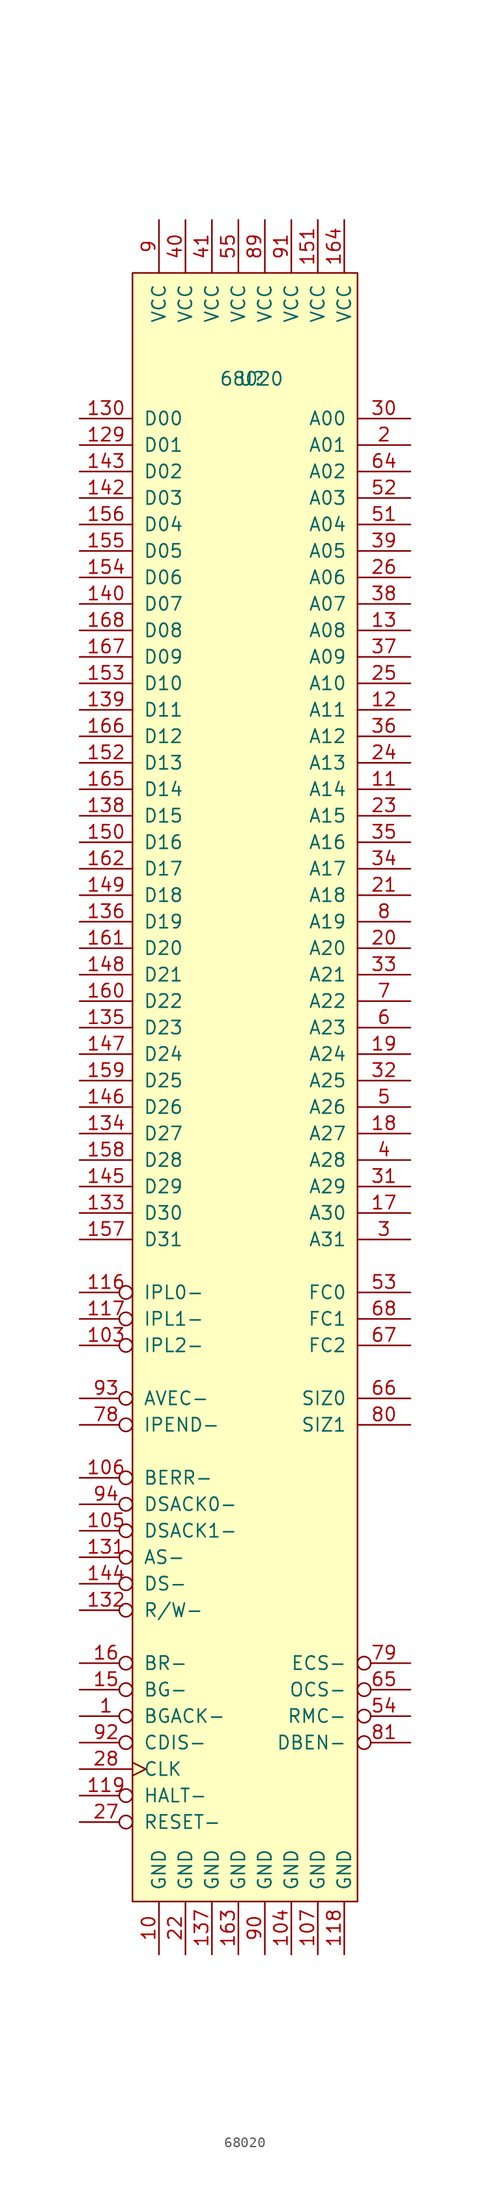
<source format=kicad_sym>
(kicad_symbol_lib
  (version 20231120)
  (generator "kicad_symbol_editor")
  (generator_version "8.0")
  (symbol "68020"
    (pin_names
      (offset 1.016))
    (property "Reference" "U"
      (at 0 0 0)
      (effects (font (size 1.27 1.27))))
    (property "Value" "68020"
      (at 0 0 0)
      (effects (font (size 1.27 1.27))))
    (symbol "68020_0_1"
      (rectangle (start 10.16 -146.05) (end -11.43 10.16) (stroke (width 0) (type solid)) (fill (type background))))
    (symbol "68020_1_1"
      (pin input inverted (at -16.51 -128.27 0) (length 5.08) (name "BGACK-" (effects (font (size 1.27 1.27)))) (number "1" (effects (font (size 1.27 1.27)))))
      (pin power_in line (at -8.89 -151.13 90) (length 5.08) (name "GND" (effects (font (size 1.27 1.27)))) (number "10" (effects (font (size 1.27 1.27)))))
      (pin input inverted (at -16.51 -92.71 0) (length 5.08) (name "IPL2-" (effects (font (size 1.27 1.27)))) (number "103" (effects (font (size 1.27 1.27)))))
      (pin power_in line (at 3.81 -151.13 90) (length 5.08) (name "GND" (effects (font (size 1.27 1.27)))) (number "104" (effects (font (size 1.27 1.27)))))
      (pin input inverted (at -16.51 -110.49 0) (length 5.08) (name "DSACK1-" (effects (font (size 1.27 1.27)))) (number "105" (effects (font (size 1.27 1.27)))))
      (pin input inverted (at -16.51 -105.41 0) (length 5.08) (name "BERR-" (effects (font (size 1.27 1.27)))) (number "106" (effects (font (size 1.27 1.27)))))
      (pin power_in line (at 6.35 -151.13 90) (length 5.08) (name "GND" (effects (font (size 1.27 1.27)))) (number "107" (effects (font (size 1.27 1.27)))))
      (pin output line (at 15.24 -39.37 180) (length 5.08) (name "A14" (effects (font (size 1.27 1.27)))) (number "11" (effects (font (size 1.27 1.27)))))
      (pin input inverted (at -16.51 -87.63 0) (length 5.08) (name "IPL0-" (effects (font (size 1.27 1.27)))) (number "116" (effects (font (size 1.27 1.27)))))
      (pin input inverted (at -16.51 -90.17 0) (length 5.08) (name "IPL1-" (effects (font (size 1.27 1.27)))) (number "117" (effects (font (size 1.27 1.27)))))
      (pin power_in line (at 8.89 -151.13 90) (length 5.08) (name "GND" (effects (font (size 1.27 1.27)))) (number "118" (effects (font (size 1.27 1.27)))))
      (pin bidirectional inverted (at -16.51 -135.89 0) (length 5.08) (name "HALT-" (effects (font (size 1.27 1.27)))) (number "119" (effects (font (size 1.27 1.27)))))
      (pin output line (at 15.24 -31.75 180) (length 5.08) (name "A11" (effects (font (size 1.27 1.27)))) (number "12" (effects (font (size 1.27 1.27)))))
      (pin bidirectional line (at -16.51 -6.35 0) (length 5.08) (name "D01" (effects (font (size 1.27 1.27)))) (number "129" (effects (font (size 1.27 1.27)))))
      (pin output line (at 15.24 -24.13 180) (length 5.08) (name "A08" (effects (font (size 1.27 1.27)))) (number "13" (effects (font (size 1.27 1.27)))))
      (pin bidirectional line (at -16.51 -3.81 0) (length 5.08) (name "D00" (effects (font (size 1.27 1.27)))) (number "130" (effects (font (size 1.27 1.27)))))
      (pin output inverted (at -16.51 -113.03 0) (length 5.08) (name "AS-" (effects (font (size 1.27 1.27)))) (number "131" (effects (font (size 1.27 1.27)))))
      (pin output inverted (at -16.51 -118.11 0) (length 5.08) (name "R/W-" (effects (font (size 1.27 1.27)))) (number "132" (effects (font (size 1.27 1.27)))))
      (pin bidirectional line (at -16.51 -80.01 0) (length 5.08) (name "D30" (effects (font (size 1.27 1.27)))) (number "133" (effects (font (size 1.27 1.27)))))
      (pin bidirectional line (at -16.51 -72.39 0) (length 5.08) (name "D27" (effects (font (size 1.27 1.27)))) (number "134" (effects (font (size 1.27 1.27)))))
      (pin bidirectional line (at -16.51 -62.23 0) (length 5.08) (name "D23" (effects (font (size 1.27 1.27)))) (number "135" (effects (font (size 1.27 1.27)))))
      (pin bidirectional line (at -16.51 -52.07 0) (length 5.08) (name "D19" (effects (font (size 1.27 1.27)))) (number "136" (effects (font (size 1.27 1.27)))))
      (pin power_in line (at -3.81 -151.13 90) (length 5.08) (name "GND" (effects (font (size 1.27 1.27)))) (number "137" (effects (font (size 1.27 1.27)))))
      (pin bidirectional line (at -16.51 -41.91 0) (length 5.08) (name "D15" (effects (font (size 1.27 1.27)))) (number "138" (effects (font (size 1.27 1.27)))))
      (pin bidirectional line (at -16.51 -31.75 0) (length 5.08) (name "D11" (effects (font (size 1.27 1.27)))) (number "139" (effects (font (size 1.27 1.27)))))
      (pin bidirectional line (at -16.51 -21.59 0) (length 5.08) (name "D07" (effects (font (size 1.27 1.27)))) (number "140" (effects (font (size 1.27 1.27)))))
      (pin bidirectional line (at -16.51 -11.43 0) (length 5.08) (name "D03" (effects (font (size 1.27 1.27)))) (number "142" (effects (font (size 1.27 1.27)))))
      (pin bidirectional line (at -16.51 -8.89 0) (length 5.08) (name "D02" (effects (font (size 1.27 1.27)))) (number "143" (effects (font (size 1.27 1.27)))))
      (pin output inverted (at -16.51 -115.57 0) (length 5.08) (name "DS-" (effects (font (size 1.27 1.27)))) (number "144" (effects (font (size 1.27 1.27)))))
      (pin bidirectional line (at -16.51 -77.47 0) (length 5.08) (name "D29" (effects (font (size 1.27 1.27)))) (number "145" (effects (font (size 1.27 1.27)))))
      (pin bidirectional line (at -16.51 -69.85 0) (length 5.08) (name "D26" (effects (font (size 1.27 1.27)))) (number "146" (effects (font (size 1.27 1.27)))))
      (pin bidirectional line (at -16.51 -64.77 0) (length 5.08) (name "D24" (effects (font (size 1.27 1.27)))) (number "147" (effects (font (size 1.27 1.27)))))
      (pin bidirectional line (at -16.51 -57.15 0) (length 5.08) (name "D21" (effects (font (size 1.27 1.27)))) (number "148" (effects (font (size 1.27 1.27)))))
      (pin bidirectional line (at -16.51 -49.53 0) (length 5.08) (name "D18" (effects (font (size 1.27 1.27)))) (number "149" (effects (font (size 1.27 1.27)))))
      (pin output inverted (at -16.51 -125.73 0) (length 5.08) (name "BG-" (effects (font (size 1.27 1.27)))) (number "15" (effects (font (size 1.27 1.27)))))
      (pin bidirectional line (at -16.51 -44.45 0) (length 5.08) (name "D16" (effects (font (size 1.27 1.27)))) (number "150" (effects (font (size 1.27 1.27)))))
      (pin power_in line (at 6.35 15.24 270) (length 5.08) (name "VCC" (effects (font (size 1.27 1.27)))) (number "151" (effects (font (size 1.27 1.27)))))
      (pin bidirectional line (at -16.51 -36.83 0) (length 5.08) (name "D13" (effects (font (size 1.27 1.27)))) (number "152" (effects (font (size 1.27 1.27)))))
      (pin bidirectional line (at -16.51 -29.21 0) (length 5.08) (name "D10" (effects (font (size 1.27 1.27)))) (number "153" (effects (font (size 1.27 1.27)))))
      (pin bidirectional line (at -16.51 -19.05 0) (length 5.08) (name "D06" (effects (font (size 1.27 1.27)))) (number "154" (effects (font (size 1.27 1.27)))))
      (pin bidirectional line (at -16.51 -16.51 0) (length 5.08) (name "D05" (effects (font (size 1.27 1.27)))) (number "155" (effects (font (size 1.27 1.27)))))
      (pin bidirectional line (at -16.51 -13.97 0) (length 5.08) (name "D04" (effects (font (size 1.27 1.27)))) (number "156" (effects (font (size 1.27 1.27)))))
      (pin bidirectional line (at -16.51 -82.55 0) (length 5.08) (name "D31" (effects (font (size 1.27 1.27)))) (number "157" (effects (font (size 1.27 1.27)))))
      (pin bidirectional line (at -16.51 -74.93 0) (length 5.08) (name "D28" (effects (font (size 1.27 1.27)))) (number "158" (effects (font (size 1.27 1.27)))))
      (pin bidirectional line (at -16.51 -67.31 0) (length 5.08) (name "D25" (effects (font (size 1.27 1.27)))) (number "159" (effects (font (size 1.27 1.27)))))
      (pin input inverted (at -16.51 -123.19 0) (length 5.08) (name "BR-" (effects (font (size 1.27 1.27)))) (number "16" (effects (font (size 1.27 1.27)))))
      (pin bidirectional line (at -16.51 -59.69 0) (length 5.08) (name "D22" (effects (font (size 1.27 1.27)))) (number "160" (effects (font (size 1.27 1.27)))))
      (pin bidirectional line (at -16.51 -54.61 0) (length 5.08) (name "D20" (effects (font (size 1.27 1.27)))) (number "161" (effects (font (size 1.27 1.27)))))
      (pin bidirectional line (at -16.51 -46.99 0) (length 5.08) (name "D17" (effects (font (size 1.27 1.27)))) (number "162" (effects (font (size 1.27 1.27)))))
      (pin power_in line (at -1.27 -151.13 90) (length 5.08) (name "GND" (effects (font (size 1.27 1.27)))) (number "163" (effects (font (size 1.27 1.27)))))
      (pin power_in line (at 8.89 15.24 270) (length 5.08) (name "VCC" (effects (font (size 1.27 1.27)))) (number "164" (effects (font (size 1.27 1.27)))))
      (pin bidirectional line (at -16.51 -39.37 0) (length 5.08) (name "D14" (effects (font (size 1.27 1.27)))) (number "165" (effects (font (size 1.27 1.27)))))
      (pin bidirectional line (at -16.51 -34.29 0) (length 5.08) (name "D12" (effects (font (size 1.27 1.27)))) (number "166" (effects (font (size 1.27 1.27)))))
      (pin bidirectional line (at -16.51 -26.67 0) (length 5.08) (name "D09" (effects (font (size 1.27 1.27)))) (number "167" (effects (font (size 1.27 1.27)))))
      (pin bidirectional line (at -16.51 -24.13 0) (length 5.08) (name "D08" (effects (font (size 1.27 1.27)))) (number "168" (effects (font (size 1.27 1.27)))))
      (pin output line (at 15.24 -80.01 180) (length 5.08) (name "A30" (effects (font (size 1.27 1.27)))) (number "17" (effects (font (size 1.27 1.27)))))
      (pin output line (at 15.24 -72.39 180) (length 5.08) (name "A27" (effects (font (size 1.27 1.27)))) (number "18" (effects (font (size 1.27 1.27)))))
      (pin output line (at 15.24 -64.77 180) (length 5.08) (name "A24" (effects (font (size 1.27 1.27)))) (number "19" (effects (font (size 1.27 1.27)))))
      (pin output line (at 15.24 -6.35 180) (length 5.08) (name "A01" (effects (font (size 1.27 1.27)))) (number "2" (effects (font (size 1.27 1.27)))))
      (pin output line (at 15.24 -54.61 180) (length 5.08) (name "A20" (effects (font (size 1.27 1.27)))) (number "20" (effects (font (size 1.27 1.27)))))
      (pin output line (at 15.24 -49.53 180) (length 5.08) (name "A18" (effects (font (size 1.27 1.27)))) (number "21" (effects (font (size 1.27 1.27)))))
      (pin power_in line (at -6.35 -151.13 90) (length 5.08) (name "GND" (effects (font (size 1.27 1.27)))) (number "22" (effects (font (size 1.27 1.27)))))
      (pin output line (at 15.24 -41.91 180) (length 5.08) (name "A15" (effects (font (size 1.27 1.27)))) (number "23" (effects (font (size 1.27 1.27)))))
      (pin output line (at 15.24 -36.83 180) (length 5.08) (name "A13" (effects (font (size 1.27 1.27)))) (number "24" (effects (font (size 1.27 1.27)))))
      (pin output line (at 15.24 -29.21 180) (length 5.08) (name "A10" (effects (font (size 1.27 1.27)))) (number "25" (effects (font (size 1.27 1.27)))))
      (pin output line (at 15.24 -19.05 180) (length 5.08) (name "A06" (effects (font (size 1.27 1.27)))) (number "26" (effects (font (size 1.27 1.27)))))
      (pin bidirectional inverted (at -16.51 -138.43 0) (length 5.08) (name "RESET-" (effects (font (size 1.27 1.27)))) (number "27" (effects (font (size 1.27 1.27)))))
      (pin input clock (at -16.51 -133.35 0) (length 5.08) (name "CLK" (effects (font (size 1.27 1.27)))) (number "28" (effects (font (size 1.27 1.27)))))
      (pin output line (at 15.24 -82.55 180) (length 5.08) (name "A31" (effects (font (size 1.27 1.27)))) (number "3" (effects (font (size 1.27 1.27)))))
      (pin output line (at 15.24 -3.81 180) (length 5.08) (name "A00" (effects (font (size 1.27 1.27)))) (number "30" (effects (font (size 1.27 1.27)))))
      (pin output line (at 15.24 -77.47 180) (length 5.08) (name "A29" (effects (font (size 1.27 1.27)))) (number "31" (effects (font (size 1.27 1.27)))))
      (pin output line (at 15.24 -67.31 180) (length 5.08) (name "A25" (effects (font (size 1.27 1.27)))) (number "32" (effects (font (size 1.27 1.27)))))
      (pin output line (at 15.24 -57.15 180) (length 5.08) (name "A21" (effects (font (size 1.27 1.27)))) (number "33" (effects (font (size 1.27 1.27)))))
      (pin output line (at 15.24 -46.99 180) (length 5.08) (name "A17" (effects (font (size 1.27 1.27)))) (number "34" (effects (font (size 1.27 1.27)))))
      (pin output line (at 15.24 -44.45 180) (length 5.08) (name "A16" (effects (font (size 1.27 1.27)))) (number "35" (effects (font (size 1.27 1.27)))))
      (pin output line (at 15.24 -34.29 180) (length 5.08) (name "A12" (effects (font (size 1.27 1.27)))) (number "36" (effects (font (size 1.27 1.27)))))
      (pin output line (at 15.24 -26.67 180) (length 5.08) (name "A09" (effects (font (size 1.27 1.27)))) (number "37" (effects (font (size 1.27 1.27)))))
      (pin output line (at 15.24 -21.59 180) (length 5.08) (name "A07" (effects (font (size 1.27 1.27)))) (number "38" (effects (font (size 1.27 1.27)))))
      (pin output line (at 15.24 -16.51 180) (length 5.08) (name "A05" (effects (font (size 1.27 1.27)))) (number "39" (effects (font (size 1.27 1.27)))))
      (pin output line (at 15.24 -74.93 180) (length 5.08) (name "A28" (effects (font (size 1.27 1.27)))) (number "4" (effects (font (size 1.27 1.27)))))
      (pin power_in line (at -6.35 15.24 270) (length 5.08) (name "VCC" (effects (font (size 1.27 1.27)))) (number "40" (effects (font (size 1.27 1.27)))))
      (pin power_in line (at -3.81 15.24 270) (length 5.08) (name "VCC" (effects (font (size 1.27 1.27)))) (number "41" (effects (font (size 1.27 1.27)))))
      (pin output line (at 15.24 -69.85 180) (length 5.08) (name "A26" (effects (font (size 1.27 1.27)))) (number "5" (effects (font (size 1.27 1.27)))))
      (pin output line (at 15.24 -13.97 180) (length 5.08) (name "A04" (effects (font (size 1.27 1.27)))) (number "51" (effects (font (size 1.27 1.27)))))
      (pin output line (at 15.24 -11.43 180) (length 5.08) (name "A03" (effects (font (size 1.27 1.27)))) (number "52" (effects (font (size 1.27 1.27)))))
      (pin output line (at 15.24 -87.63 180) (length 5.08) (name "FC0" (effects (font (size 1.27 1.27)))) (number "53" (effects (font (size 1.27 1.27)))))
      (pin output inverted (at 15.24 -128.27 180) (length 5.08) (name "RMC-" (effects (font (size 1.27 1.27)))) (number "54" (effects (font (size 1.27 1.27)))))
      (pin power_in line (at -1.27 15.24 270) (length 5.08) (name "VCC" (effects (font (size 1.27 1.27)))) (number "55" (effects (font (size 1.27 1.27)))))
      (pin output line (at 15.24 -62.23 180) (length 5.08) (name "A23" (effects (font (size 1.27 1.27)))) (number "6" (effects (font (size 1.27 1.27)))))
      (pin output line (at 15.24 -8.89 180) (length 5.08) (name "A02" (effects (font (size 1.27 1.27)))) (number "64" (effects (font (size 1.27 1.27)))))
      (pin output inverted (at 15.24 -125.73 180) (length 5.08) (name "OCS-" (effects (font (size 1.27 1.27)))) (number "65" (effects (font (size 1.27 1.27)))))
      (pin output line (at 15.24 -97.79 180) (length 5.08) (name "SIZ0" (effects (font (size 1.27 1.27)))) (number "66" (effects (font (size 1.27 1.27)))))
      (pin output line (at 15.24 -92.71 180) (length 5.08) (name "FC2" (effects (font (size 1.27 1.27)))) (number "67" (effects (font (size 1.27 1.27)))))
      (pin output line (at 15.24 -90.17 180) (length 5.08) (name "FC1" (effects (font (size 1.27 1.27)))) (number "68" (effects (font (size 1.27 1.27)))))
      (pin output line (at 15.24 -59.69 180) (length 5.08) (name "A22" (effects (font (size 1.27 1.27)))) (number "7" (effects (font (size 1.27 1.27)))))
      (pin output inverted (at -16.51 -100.33 0) (length 5.08) (name "IPEND-" (effects (font (size 1.27 1.27)))) (number "78" (effects (font (size 1.27 1.27)))))
      (pin output inverted (at 15.24 -123.19 180) (length 5.08) (name "ECS-" (effects (font (size 1.27 1.27)))) (number "79" (effects (font (size 1.27 1.27)))))
      (pin output line (at 15.24 -52.07 180) (length 5.08) (name "A19" (effects (font (size 1.27 1.27)))) (number "8" (effects (font (size 1.27 1.27)))))
      (pin output line (at 15.24 -100.33 180) (length 5.08) (name "SIZ1" (effects (font (size 1.27 1.27)))) (number "80" (effects (font (size 1.27 1.27)))))
      (pin output inverted (at 15.24 -130.81 180) (length 5.08) (name "DBEN-" (effects (font (size 1.27 1.27)))) (number "81" (effects (font (size 1.27 1.27)))))
      (pin power_in line (at 1.27 15.24 270) (length 5.08) (name "VCC" (effects (font (size 1.27 1.27)))) (number "89" (effects (font (size 1.27 1.27)))))
      (pin power_in line (at -8.89 15.24 270) (length 5.08) (name "VCC" (effects (font (size 1.27 1.27)))) (number "9" (effects (font (size 1.27 1.27)))))
      (pin power_in line (at 1.27 -151.13 90) (length 5.08) (name "GND" (effects (font (size 1.27 1.27)))) (number "90" (effects (font (size 1.27 1.27)))))
      (pin power_in line (at 3.81 15.24 270) (length 5.08) (name "VCC" (effects (font (size 1.27 1.27)))) (number "91" (effects (font (size 1.27 1.27)))))
      (pin input inverted (at -16.51 -130.81 0) (length 5.08) (name "CDIS-" (effects (font (size 1.27 1.27)))) (number "92" (effects (font (size 1.27 1.27)))))
      (pin input inverted (at -16.51 -97.79 0) (length 5.08) (name "AVEC-" (effects (font (size 1.27 1.27)))) (number "93" (effects (font (size 1.27 1.27)))))
      (pin input inverted (at -16.51 -107.95 0) (length 5.08) (name "DSACK0-" (effects (font (size 1.27 1.27)))) (number "94" (effects (font (size 1.27 1.27))))))))
</source>
